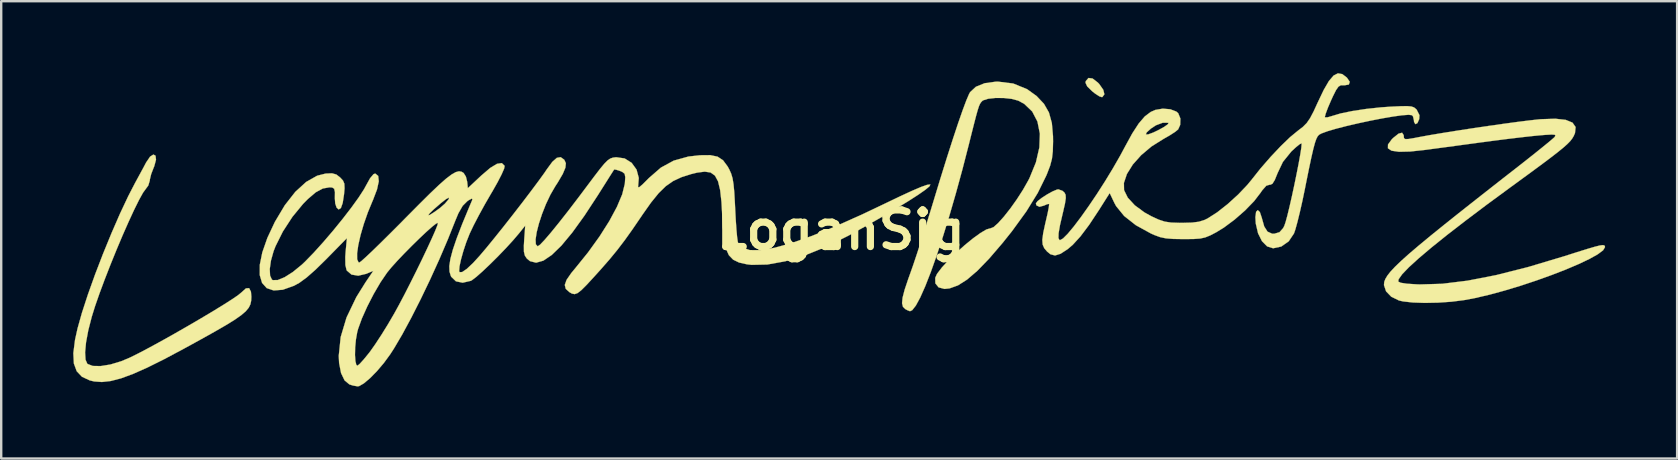
<source format=kicad_pcb>
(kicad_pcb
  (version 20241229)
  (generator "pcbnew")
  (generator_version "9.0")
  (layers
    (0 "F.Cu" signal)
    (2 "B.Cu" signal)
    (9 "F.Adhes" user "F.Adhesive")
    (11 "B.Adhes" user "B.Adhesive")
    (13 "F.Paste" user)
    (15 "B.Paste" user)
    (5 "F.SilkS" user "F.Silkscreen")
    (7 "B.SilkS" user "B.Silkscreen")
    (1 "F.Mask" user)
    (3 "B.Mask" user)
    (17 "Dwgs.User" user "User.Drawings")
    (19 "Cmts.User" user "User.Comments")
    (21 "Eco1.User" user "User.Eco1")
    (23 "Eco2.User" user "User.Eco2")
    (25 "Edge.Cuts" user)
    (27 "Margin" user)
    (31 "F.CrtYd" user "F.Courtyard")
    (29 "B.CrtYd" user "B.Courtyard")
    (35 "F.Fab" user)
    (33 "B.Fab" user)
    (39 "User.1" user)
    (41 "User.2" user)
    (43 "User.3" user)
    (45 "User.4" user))
  (footprint "LoganSig"
    (layer "F.Cu")
    (at 31.974 6.531)
    (property "Reference" "LoganSig" (at 0 0 0) (layer "F.SilkS") (effects (font (size 1.524 1.524) (thickness 0.3))))
    (attr through_hole)
    (fp_poly (pts (xy 10.49 -6.311) (xy 10.711 -6.14) (xy 10.769 -6.078) (xy 10.936 -5.84) (xy 10.982 -5.653) (xy 10.9 -5.541) (xy 10.88 -5.533) (xy 10.771 -5.568) (xy 10.589 -5.687) (xy 10.472 -5.78) (xy 10.266 -5.982) (xy 10.195 -6.134) (xy 10.206 -6.202) (xy 10.319 -6.333) (xy 10.49 -6.311)) (stroke (width 0.01) (type solid)) (fill yes) (layer "F.SilkS"))
    (fp_poly (pts (xy -28.545 -3.096) (xy -28.525 -2.929) (xy -28.597 -2.659) (xy -28.629 -2.582) (xy -28.727 -2.327) (xy -28.781 -2.104) (xy -28.785 -2.056) (xy -28.846 -1.854) (xy -28.946 -1.718) (xy -29.065 -1.555) (xy -29.231 -1.256) (xy -29.435 -0.845) (xy -29.666 -0.345) (xy -29.915 0.219) (xy -30.17 0.823) (xy -30.423 1.446) (xy -30.663 2.061) (xy -30.881 2.647) (xy -31.066 3.179) (xy -31.202 3.616) (xy -31.347 4.18) (xy -31.44 4.682) (xy -31.479 5.097) (xy -31.461 5.403) (xy -31.385 5.575) (xy -31.38 5.579) (xy -31.161 5.663) (xy -30.831 5.669) (xy -30.425 5.603) (xy -29.977 5.468) (xy -29.621 5.319) (xy -29.252 5.136) (xy -28.804 4.9) (xy -28.3 4.625) (xy -27.763 4.324) (xy -27.215 4.01) (xy -26.679 3.697) (xy -26.177 3.398) (xy -25.733 3.126) (xy -25.369 2.894) (xy -25.107 2.716) (xy -24.971 2.604) (xy -24.968 2.602) (xy -24.78 2.432) (xy -24.646 2.422) (xy -24.57 2.57) (xy -24.553 2.78) (xy -24.561 2.947) (xy -24.593 3.096) (xy -24.663 3.238) (xy -24.786 3.386) (xy -24.975 3.548) (xy -25.244 3.737) (xy -25.608 3.962) (xy -26.081 4.235) (xy -26.676 4.567) (xy -27.347 4.935) (xy -28.176 5.377) (xy -28.881 5.728) (xy -29.479 5.994) (xy -29.984 6.18) (xy -30.412 6.291) (xy -30.779 6.332) (xy -31.102 6.309) (xy -31.289 6.264) (xy -31.61 6.114) (xy -31.828 5.884) (xy -31.947 5.561) (xy -31.969 5.13) (xy -31.899 4.578) (xy -31.793 4.098) (xy -31.61 3.447) (xy -31.362 2.687) (xy -31.064 1.854) (xy -30.731 0.989) (xy -30.379 0.131) (xy -30.024 -0.684) (xy -29.68 -1.414) (xy -29.404 -1.947) (xy -29.227 -2.273) (xy -29.056 -2.588) (xy -28.936 -2.815) (xy -28.772 -3.056) (xy -28.634 -3.144) (xy -28.545 -3.096)) (stroke (width 0.01) (type solid)) (fill yes) (layer "F.SilkS"))
    (fp_poly (pts (xy 7.184 -6.102) (xy 7.762 -5.866) (xy 8.159 -5.58) (xy 8.465 -5.256) (xy 8.672 -4.894) (xy 8.793 -4.457) (xy 8.841 -3.908) (xy 8.844 -3.683) (xy 8.833 -3.276) (xy 8.797 -2.965) (xy 8.721 -2.676) (xy 8.59 -2.335) (xy 8.559 -2.261) (xy 8.206 -1.545) (xy 7.735 -0.781) (xy 7.135 0.046) (xy 6.732 0.55) (xy 6.179 1.194) (xy 5.693 1.696) (xy 5.264 2.064) (xy 4.882 2.307) (xy 4.534 2.432) (xy 4.32 2.455) (xy 4.075 2.39) (xy 3.94 2.222) (xy 3.935 1.991) (xy 4.01 1.827) (xy 4.213 1.56) (xy 4.492 1.257) (xy 4.819 0.938) (xy 5.166 0.629) (xy 5.508 0.35) (xy 5.817 0.126) (xy 6.067 -0.022) (xy 6.23 -0.069) (xy 6.237 -0.068) (xy 6.367 -0.121) (xy 6.561 -0.295) (xy 6.801 -0.563) (xy 7.067 -0.901) (xy 7.337 -1.281) (xy 7.593 -1.679) (xy 7.814 -2.069) (xy 7.862 -2.163) (xy 8.13 -2.819) (xy 8.273 -3.441) (xy 8.294 -4.013) (xy 8.193 -4.516) (xy 7.975 -4.936) (xy 7.641 -5.255) (xy 7.391 -5.389) (xy 7.122 -5.462) (xy 6.788 -5.499) (xy 6.442 -5.5) (xy 6.138 -5.467) (xy 5.929 -5.4) (xy 5.893 -5.373) (xy 5.843 -5.319) (xy 5.8 -5.254) (xy 5.756 -5.153) (xy 5.704 -4.994) (xy 5.637 -4.755) (xy 5.548 -4.411) (xy 5.429 -3.941) (xy 5.333 -3.556) (xy 5.066 -2.518) (xy 4.794 -1.525) (xy 4.523 -0.589) (xy 4.255 0.278) (xy 3.995 1.064) (xy 3.749 1.756) (xy 3.519 2.342) (xy 3.311 2.81) (xy 3.129 3.147) (xy 2.977 3.34) (xy 2.884 3.384) (xy 2.78 3.344) (xy 2.688 3.295) (xy 2.591 3.201) (xy 2.553 3.05) (xy 2.575 2.819) (xy 2.661 2.486) (xy 2.814 2.03) (xy 2.886 1.831) (xy 3.011 1.477) (xy 3.172 0.997) (xy 3.356 0.428) (xy 3.553 -0.193) (xy 3.75 -0.83) (xy 3.858 -1.185) (xy 4.148 -2.138) (xy 4.419 -3.007) (xy 4.667 -3.78) (xy 4.887 -4.444) (xy 5.077 -4.988) (xy 5.231 -5.4) (xy 5.345 -5.666) (xy 5.388 -5.743) (xy 5.629 -5.967) (xy 5.997 -6.116) (xy 6.461 -6.179) (xy 6.544 -6.181) (xy 7.184 -6.102)) (stroke (width 0.01) (type solid)) (fill yes) (layer "F.SilkS"))
    (fp_poly (pts (xy 30.202 -4.587) (xy 30.483 -4.472) (xy 30.611 -4.289) (xy 30.586 -4.038) (xy 30.532 -3.914) (xy 30.472 -3.813) (xy 30.389 -3.705) (xy 30.268 -3.581) (xy 30.095 -3.427) (xy 29.856 -3.233) (xy 29.537 -2.987) (xy 29.124 -2.678) (xy 28.602 -2.294) (xy 27.958 -1.824) (xy 27.901 -1.783) (xy 26.912 -1.056) (xy 26.031 -0.392) (xy 25.26 0.204) (xy 24.606 0.73) (xy 24.073 1.181) (xy 23.664 1.554) (xy 23.385 1.845) (xy 23.24 2.05) (xy 23.222 2.146) (xy 23.325 2.198) (xy 23.587 2.238) (xy 24.001 2.264) (xy 24.125 2.268) (xy 25.05 2.241) (xy 26.109 2.111) (xy 27.302 1.879) (xy 28.629 1.544) (xy 30.09 1.107) (xy 30.099 1.105) (xy 30.67 0.923) (xy 31.1 0.789) (xy 31.409 0.698) (xy 31.617 0.646) (xy 31.743 0.629) (xy 31.808 0.642) (xy 31.832 0.68) (xy 31.835 0.716) (xy 31.756 0.846) (xy 31.534 1.012) (xy 31.189 1.205) (xy 30.741 1.418) (xy 30.21 1.644) (xy 29.617 1.874) (xy 28.982 2.102) (xy 28.326 2.32) (xy 27.668 2.519) (xy 27.028 2.693) (xy 26.428 2.834) (xy 25.959 2.922) (xy 25.438 2.988) (xy 24.88 3.026) (xy 24.328 3.037) (xy 23.829 3.02) (xy 23.425 2.975) (xy 23.25 2.935) (xy 22.933 2.781) (xy 22.716 2.556) (xy 22.628 2.295) (xy 22.64 2.161) (xy 22.686 2.04) (xy 22.77 1.9) (xy 22.902 1.732) (xy 23.09 1.531) (xy 23.342 1.289) (xy 23.666 0.998) (xy 24.072 0.652) (xy 24.566 0.243) (xy 25.158 -0.236) (xy 25.856 -0.792) (xy 26.668 -1.432) (xy 27.602 -2.164) (xy 28.127 -2.573) (xy 28.567 -2.918) (xy 28.966 -3.235) (xy 29.303 -3.506) (xy 29.557 -3.715) (xy 29.707 -3.845) (xy 29.736 -3.873) (xy 29.772 -3.936) (xy 29.735 -3.969) (xy 29.598 -3.976) (xy 29.334 -3.961) (xy 29.125 -3.944) (xy 28.799 -3.912) (xy 28.35 -3.862) (xy 27.823 -3.799) (xy 27.261 -3.728) (xy 26.839 -3.672) (xy 26.259 -3.594) (xy 25.658 -3.513) (xy 25.088 -3.436) (xy 24.6 -3.371) (xy 24.342 -3.336) (xy 23.718 -3.269) (xy 23.252 -3.258) (xy 22.944 -3.303) (xy 22.793 -3.404) (xy 22.796 -3.562) (xy 22.953 -3.777) (xy 23.013 -3.836) (xy 23.236 -4.014) (xy 23.384 -4.052) (xy 23.45 -3.95) (xy 23.453 -3.905) (xy 23.462 -3.825) (xy 23.515 -3.788) (xy 23.645 -3.79) (xy 23.889 -3.831) (xy 24.067 -3.866) (xy 24.486 -3.943) (xy 25.019 -4.033) (xy 25.63 -4.131) (xy 26.287 -4.232) (xy 26.956 -4.331) (xy 27.603 -4.423) (xy 28.195 -4.503) (xy 28.699 -4.566) (xy 29.081 -4.608) (xy 29.178 -4.616) (xy 29.768 -4.635) (xy 30.202 -4.587)) (stroke (width 0.01) (type solid)) (fill yes) (layer "F.SilkS"))
    (fp_poly (pts (xy 20.893 -6.494) (xy 21.085 -6.347) (xy 21.203 -6.173) (xy 21.166 -6.06) (xy 20.984 -6.027) (xy 20.937 -6.03) (xy 20.825 -6.027) (xy 20.731 -5.969) (xy 20.632 -5.828) (xy 20.504 -5.573) (xy 20.423 -5.396) (xy 20.293 -5.094) (xy 20.203 -4.853) (xy 20.166 -4.714) (xy 20.169 -4.695) (xy 20.269 -4.692) (xy 20.452 -4.744) (xy 20.456 -4.746) (xy 20.821 -4.855) (xy 21.312 -4.956) (xy 21.886 -5.043) (xy 22.501 -5.109) (xy 22.902 -5.137) (xy 23.314 -5.156) (xy 23.591 -5.161) (xy 23.769 -5.145) (xy 23.882 -5.106) (xy 23.965 -5.039) (xy 23.992 -5.01) (xy 24.107 -4.783) (xy 24.096 -4.618) (xy 24.021 -4.451) (xy 23.936 -4.409) (xy 23.881 -4.502) (xy 23.876 -4.567) (xy 23.839 -4.728) (xy 23.794 -4.782) (xy 23.656 -4.799) (xy 23.383 -4.779) (xy 23.008 -4.727) (xy 22.559 -4.65) (xy 22.068 -4.555) (xy 21.564 -4.447) (xy 21.077 -4.334) (xy 20.637 -4.221) (xy 20.275 -4.114) (xy 20.021 -4.021) (xy 19.922 -3.965) (xy 19.866 -3.902) (xy 19.811 -3.797) (xy 19.753 -3.63) (xy 19.686 -3.382) (xy 19.605 -3.032) (xy 19.505 -2.561) (xy 19.381 -1.95) (xy 19.339 -1.736) (xy 19.232 -1.221) (xy 19.123 -0.74) (xy 19.021 -0.326) (xy 18.935 -0.015) (xy 18.881 0.142) (xy 18.66 0.472) (xy 18.352 0.688) (xy 18.011 0.762) (xy 17.761 0.683) (xy 17.546 0.465) (xy 17.383 0.138) (xy 17.288 -0.268) (xy 17.272 -0.536) (xy 17.301 -0.758) (xy 17.372 -0.828) (xy 17.459 -0.746) (xy 17.536 -0.517) (xy 17.537 -0.512) (xy 17.64 -0.147) (xy 17.777 0.068) (xy 17.964 0.152) (xy 18.072 0.152) (xy 18.277 0.091) (xy 18.425 -0.075) (xy 18.475 -0.169) (xy 18.529 -0.326) (xy 18.605 -0.605) (xy 18.695 -0.975) (xy 18.793 -1.406) (xy 18.893 -1.869) (xy 18.988 -2.332) (xy 19.073 -2.765) (xy 19.14 -3.138) (xy 19.185 -3.421) (xy 19.199 -3.584) (xy 19.194 -3.61) (xy 19.119 -3.575) (xy 18.961 -3.448) (xy 18.773 -3.275) (xy 18.419 -2.838) (xy 18.199 -2.376) (xy 18.079 -2.081) (xy 17.981 -1.925) (xy 17.888 -1.883) (xy 17.865 -1.887) (xy 17.724 -1.843) (xy 17.548 -1.642) (xy 17.491 -1.556) (xy 17.218 -1.201) (xy 16.841 -0.813) (xy 16.404 -0.431) (xy 15.956 -0.098) (xy 15.644 0.093) (xy 15.389 0.226) (xy 15.181 0.31) (xy 14.968 0.356) (xy 14.697 0.375) (xy 14.314 0.379) (xy 14.266 0.379) (xy 13.849 0.372) (xy 13.546 0.348) (xy 13.302 0.297) (xy 13.062 0.209) (xy 12.919 0.145) (xy 12.293 -0.199) (xy 11.805 -0.583) (xy 11.47 -0.995) (xy 11.398 -1.128) (xy 11.203 -1.539) (xy 10.756 -0.833) (xy 10.345 -0.212) (xy 9.984 0.267) (xy 9.663 0.618) (xy 9.456 0.795) (xy 9.155 0.991) (xy 8.926 1.062) (xy 8.734 1.011) (xy 8.595 0.898) (xy 8.476 0.758) (xy 8.41 0.607) (xy 8.396 0.409) (xy 8.433 0.128) (xy 8.519 -0.271) (xy 8.545 -0.381) (xy 8.617 -0.695) (xy 8.665 -0.94) (xy 8.681 -1.073) (xy 8.679 -1.086) (xy 8.592 -1.073) (xy 8.472 -1.019) (xy 8.279 -0.966) (xy 8.152 -1.024) (xy 8.128 -1.108) (xy 8.196 -1.2) (xy 8.368 -1.334) (xy 8.593 -1.48) (xy 8.823 -1.607) (xy 9.008 -1.684) (xy 9.066 -1.693) (xy 9.235 -1.633) (xy 9.318 -1.56) (xy 9.366 -1.468) (xy 9.374 -1.327) (xy 9.34 -1.101) (xy 9.261 -0.754) (xy 9.244 -0.684) (xy 9.132 -0.202) (xy 9.074 0.134) (xy 9.068 0.337) (xy 9.113 0.42) (xy 9.133 0.423) (xy 9.259 0.353) (xy 9.456 0.156) (xy 9.709 -0.148) (xy 10.005 -0.539) (xy 10.33 -0.997) (xy 10.671 -1.502) (xy 11.012 -2.034) (xy 11.34 -2.574) (xy 11.642 -3.1) (xy 11.841 -3.471) (xy 12.122 -3.984) (xy 12.707 -3.984) (xy 12.802 -3.981) (xy 13.02 -4.061) (xy 13.229 -4.161) (xy 13.473 -4.296) (xy 13.624 -4.404) (xy 13.655 -4.463) (xy 13.649 -4.466) (xy 13.416 -4.469) (xy 13.131 -4.363) (xy 12.925 -4.229) (xy 12.745 -4.067) (xy 12.707 -3.984) (xy 12.122 -3.984) (xy 12.145 -4.026) (xy 12.413 -4.438) (xy 12.663 -4.729) (xy 12.91 -4.917) (xy 13.102 -5.002) (xy 13.413 -5.055) (xy 13.727 -5.029) (xy 13.978 -4.934) (xy 14.057 -4.866) (xy 14.148 -4.644) (xy 14.14 -4.38) (xy 14.054 -4.19) (xy 13.927 -4.086) (xy 13.699 -3.939) (xy 13.441 -3.792) (xy 12.944 -3.48) (xy 12.513 -3.117) (xy 12.165 -2.727) (xy 11.92 -2.334) (xy 11.795 -1.962) (xy 11.801 -1.66) (xy 11.955 -1.348) (xy 12.248 -1.029) (xy 12.65 -0.733) (xy 12.938 -0.573) (xy 13.244 -0.432) (xy 13.496 -0.349) (xy 13.763 -0.309) (xy 14.114 -0.298) (xy 14.222 -0.297) (xy 14.628 -0.308) (xy 14.919 -0.345) (xy 15.15 -0.417) (xy 15.282 -0.481) (xy 15.679 -0.735) (xy 16.121 -1.083) (xy 16.558 -1.481) (xy 16.94 -1.883) (xy 17.102 -2.08) (xy 17.49 -2.568) (xy 17.91 -3.05) (xy 18.329 -3.494) (xy 18.716 -3.867) (xy 19.041 -4.134) (xy 19.051 -4.142) (xy 19.254 -4.298) (xy 19.411 -4.457) (xy 19.55 -4.659) (xy 19.699 -4.942) (xy 19.867 -5.308) (xy 20.118 -5.834) (xy 20.334 -6.206) (xy 20.528 -6.433) (xy 20.71 -6.526) (xy 20.893 -6.494)) (stroke (width 0.01) (type solid)) (fill yes) (layer "F.SilkS"))
    (fp_poly (pts (xy -5.131 -3.055) (xy -4.904 -2.905) (xy -4.713 -2.648) (xy -4.642 -2.518) (xy -4.566 -2.349) (xy -4.509 -2.158) (xy -4.468 -1.911) (xy -4.436 -1.575) (xy -4.41 -1.117) (xy -4.399 -0.889) (xy -4.375 -0.432) (xy -4.347 -0.027) (xy -4.318 0.292) (xy -4.29 0.491) (xy -4.278 0.532) (xy -4.101 0.734) (xy -3.789 0.837) (xy -3.341 0.839) (xy -2.76 0.741) (xy -2.046 0.544) (xy -1.2 0.246) (xy -0.222 -0.15) (xy 0.886 -0.646) (xy 1.8 -1.081) (xy 2.457 -1.396) (xy 2.97 -1.633) (xy 3.348 -1.794) (xy 3.595 -1.881) (xy 3.719 -1.897) (xy 3.731 -1.891) (xy 3.694 -1.818) (xy 3.521 -1.674) (xy 3.226 -1.468) (xy 2.824 -1.209) (xy 2.328 -0.906) (xy 1.752 -0.567) (xy 1.111 -0.201) (xy 0.418 0.182) (xy 0.315 0.238) (xy -0.611 0.7) (xy -1.493 1.057) (xy -2.315 1.304) (xy -3.06 1.438) (xy -3.712 1.452) (xy -3.912 1.429) (xy -4.236 1.356) (xy -4.482 1.237) (xy -4.661 1.051) (xy -4.786 0.775) (xy -4.866 0.388) (xy -4.915 -0.134) (xy -4.934 -0.508) (xy -4.969 -1.163) (xy -5.025 -1.664) (xy -5.112 -2.026) (xy -5.241 -2.265) (xy -5.422 -2.395) (xy -5.666 -2.431) (xy -5.984 -2.39) (xy -6.225 -2.331) (xy -6.635 -2.201) (xy -6.979 -2.041) (xy -7.287 -1.827) (xy -7.586 -1.535) (xy -7.905 -1.142) (xy -8.271 -0.623) (xy -8.297 -0.583) (xy -8.676 -0.028) (xy -9.001 0.427) (xy -9.307 0.828) (xy -9.627 1.218) (xy -9.998 1.642) (xy -10.273 1.946) (xy -10.581 2.281) (xy -10.803 2.503) (xy -10.963 2.628) (xy -11.087 2.672) (xy -11.199 2.649) (xy -11.308 2.587) (xy -11.457 2.45) (xy -11.497 2.289) (xy -11.423 2.079) (xy -11.229 1.797) (xy -11.07 1.605) (xy -10.528 0.934) (xy -10.048 0.268) (xy -9.642 -0.372) (xy -9.324 -0.964) (xy -9.104 -1.486) (xy -8.997 -1.918) (xy -8.993 -1.954) (xy -8.977 -2.204) (xy -9.004 -2.341) (xy -9.096 -2.417) (xy -9.187 -2.456) (xy -9.359 -2.512) (xy -9.44 -2.521) (xy -9.489 -2.445) (xy -9.612 -2.252) (xy -9.792 -1.966) (xy -10.014 -1.615) (xy -10.118 -1.45) (xy -10.68 -0.593) (xy -11.186 0.107) (xy -11.638 0.651) (xy -12.039 1.04) (xy -12.389 1.277) (xy -12.691 1.362) (xy -12.946 1.298) (xy -13.079 1.187) (xy -13.16 1.066) (xy -13.199 0.902) (xy -13.201 0.647) (xy -13.188 0.419) (xy -13.145 -0.182) (xy -13.405 0.142) (xy -13.65 0.429) (xy -13.95 0.757) (xy -14.28 1.1) (xy -14.613 1.43) (xy -14.922 1.723) (xy -15.182 1.953) (xy -15.365 2.092) (xy -15.41 2.117) (xy -15.75 2.196) (xy -16.031 2.138) (xy -16.226 1.95) (xy -16.244 1.916) (xy -16.299 1.734) (xy -16.307 1.502) (xy -16.262 1.204) (xy -16.161 0.824) (xy -15.999 0.347) (xy -15.772 -0.244) (xy -15.474 -0.964) (xy -15.346 -1.266) (xy -15.363 -1.311) (xy -15.495 -1.243) (xy -15.556 -1.201) (xy -15.75 -1.007) (xy -15.928 -0.697) (xy -16.052 -0.401) (xy -16.367 0.388) (xy -16.723 1.22) (xy -17.107 2.064) (xy -17.503 2.889) (xy -17.896 3.663) (xy -18.27 4.355) (xy -18.611 4.934) (xy -18.765 5.173) (xy -19.032 5.538) (xy -19.322 5.88) (xy -19.609 6.172) (xy -19.865 6.388) (xy -20.063 6.503) (xy -20.126 6.514) (xy -20.326 6.478) (xy -20.472 6.431) (xy -20.671 6.264) (xy -20.817 5.959) (xy -20.898 5.543) (xy -20.913 5.243) (xy -20.909 5.207) (xy -20.236 5.207) (xy -20.219 5.463) (xy -20.179 5.622) (xy -20.131 5.652) (xy -20.035 5.572) (xy -19.87 5.39) (xy -19.666 5.14) (xy -19.602 5.057) (xy -19.393 4.761) (xy -19.135 4.367) (xy -18.862 3.926) (xy -18.606 3.489) (xy -18.601 3.48) (xy -18.4 3.114) (xy -18.172 2.682) (xy -17.93 2.207) (xy -17.684 1.715) (xy -17.446 1.228) (xy -17.228 0.769) (xy -17.041 0.364) (xy -16.896 0.036) (xy -16.805 -0.192) (xy -16.779 -0.296) (xy -16.781 -0.299) (xy -16.859 -0.265) (xy -17.03 -0.13) (xy -17.271 0.085) (xy -17.558 0.356) (xy -17.87 0.661) (xy -18.183 0.978) (xy -18.475 1.285) (xy -18.722 1.559) (xy -18.897 1.773) (xy -19.174 2.179) (xy -19.458 2.666) (xy -19.725 3.185) (xy -19.949 3.685) (xy -20.106 4.118) (xy -20.142 4.25) (xy -20.197 4.561) (xy -20.229 4.893) (xy -20.236 5.207) (xy -20.909 5.207) (xy -20.832 4.459) (xy -20.588 3.644) (xy -20.181 2.796) (xy -19.8 2.184) (xy -19.473 1.702) (xy -19.77 1.826) (xy -20.101 1.904) (xy -20.382 1.857) (xy -20.575 1.691) (xy -20.587 1.669) (xy -20.636 1.462) (xy -20.641 1.125) (xy -20.627 0.917) (xy -20.573 0.339) (xy -21.441 1.223) (xy -21.885 1.658) (xy -22.248 1.977) (xy -22.553 2.2) (xy -22.775 2.322) (xy -23.244 2.489) (xy -23.624 2.518) (xy -23.913 2.421) (xy -24.107 2.204) (xy -24.204 1.878) (xy -24.202 1.451) (xy -24.097 0.932) (xy -23.887 0.331) (xy -23.573 -0.339) (xy -23.159 -1.032) (xy -22.722 -1.59) (xy -22.27 -2.002) (xy -21.813 -2.261) (xy -21.461 -2.35) (xy -21.194 -2.362) (xy -21.012 -2.311) (xy -20.858 -2.192) (xy -20.737 -2.063) (xy -20.68 -1.931) (xy -20.671 -1.737) (xy -20.693 -1.485) (xy -20.748 -1.126) (xy -20.824 -0.913) (xy -20.916 -0.855) (xy -21.002 -0.932) (xy -21.06 -1.106) (xy -21.075 -1.312) (xy -21.072 -1.579) (xy -21.103 -1.719) (xy -21.188 -1.771) (xy -21.298 -1.778) (xy -21.575 -1.729) (xy -21.868 -1.572) (xy -22.201 -1.289) (xy -22.399 -1.088) (xy -22.843 -0.548) (xy -23.24 0.062) (xy -23.547 0.677) (xy -23.629 0.888) (xy -23.738 1.278) (xy -23.787 1.627) (xy -23.773 1.901) (xy -23.697 2.065) (xy -23.66 2.088) (xy -23.454 2.085) (xy -23.167 1.967) (xy -22.825 1.75) (xy -22.455 1.448) (xy -22.315 1.316) (xy -21.953 0.944) (xy -21.556 0.504) (xy -21.146 0.025) (xy -20.749 -0.464) (xy -20.386 -0.934) (xy -20.083 -1.354) (xy -19.861 -1.697) (xy -19.788 -1.831) (xy -19.607 -2.157) (xy -19.463 -2.327) (xy -19.39 -2.351) (xy -19.269 -2.252) (xy -19.245 -2.027) (xy -19.319 -1.688) (xy -19.488 -1.245) (xy -19.505 -1.208) (xy -19.702 -0.731) (xy -19.87 -0.249) (xy -20.005 0.212) (xy -20.099 0.628) (xy -20.148 0.972) (xy -20.147 1.219) (xy -20.09 1.344) (xy -20.054 1.355) (xy -19.972 1.296) (xy -19.788 1.131) (xy -19.516 0.875) (xy -19.172 0.54) (xy -18.771 0.143) (xy -18.327 -0.301) (xy -18.128 -0.504) (xy -18.022 -0.61) (xy -17.184 -0.61) (xy -17.114 -0.631) (xy -16.92 -0.755) (xy -16.696 -0.917) (xy -16.492 -1.096) (xy -16.342 -1.271) (xy -16.324 -1.302) (xy -16.326 -1.351) (xy -16.44 -1.289) (xy -16.655 -1.121) (xy -16.666 -1.112) (xy -16.959 -0.857) (xy -17.133 -0.688) (xy -17.184 -0.61) (xy -18.022 -0.61) (xy -17.564 -1.072) (xy -17.104 -1.528) (xy -16.735 -1.879) (xy -16.443 -2.137) (xy -16.215 -2.31) (xy -16.04 -2.41) (xy -15.904 -2.446) (xy -15.794 -2.427) (xy -15.709 -2.374) (xy -15.615 -2.222) (xy -15.562 -2.008) (xy -15.536 -1.742) (xy -14.975 -2.268) (xy -14.604 -2.585) (xy -14.319 -2.758) (xy -14.119 -2.787) (xy -14.003 -2.673) (xy -14.001 -2.669) (xy -14.025 -2.552) (xy -14.127 -2.319) (xy -14.292 -1.998) (xy -14.508 -1.616) (xy -14.569 -1.514) (xy -14.825 -1.072) (xy -15.076 -0.614) (xy -15.296 -0.191) (xy -15.456 0.145) (xy -15.465 0.166) (xy -15.602 0.513) (xy -15.723 0.879) (xy -15.82 1.225) (xy -15.882 1.513) (xy -15.898 1.704) (xy -15.883 1.756) (xy -15.773 1.752) (xy -15.578 1.62) (xy -15.313 1.37) (xy -15.049 1.081) (xy -14.773 0.756) (xy -14.435 0.342) (xy -14.056 -0.131) (xy -13.66 -0.635) (xy -13.268 -1.141) (xy -12.904 -1.62) (xy -12.589 -2.042) (xy -12.346 -2.378) (xy -12.251 -2.519) (xy -12.017 -2.838) (xy -11.827 -3.007) (xy -11.667 -3.034) (xy -11.521 -2.929) (xy -11.516 -2.922) (xy -11.452 -2.784) (xy -11.471 -2.597) (xy -11.579 -2.339) (xy -11.786 -1.985) (xy -11.896 -1.816) (xy -12.095 -1.472) (xy -12.281 -1.081) (xy -12.443 -0.67) (xy -12.575 -0.269) (xy -12.668 0.095) (xy -12.713 0.393) (xy -12.703 0.596) (xy -12.629 0.677) (xy -12.621 0.677) (xy -12.525 0.61) (xy -12.341 0.417) (xy -12.077 0.11) (xy -11.744 -0.3) (xy -11.351 -0.8) (xy -10.908 -1.38) (xy -10.596 -1.796) (xy -10.272 -2.228) (xy -10.03 -2.544) (xy -9.85 -2.761) (xy -9.713 -2.899) (xy -9.6 -2.977) (xy -9.492 -3.014) (xy -9.369 -3.03) (xy -9.351 -3.031) (xy -9.002 -2.981) (xy -8.711 -2.798) (xy -8.507 -2.516) (xy -8.414 -2.169) (xy -8.438 -1.868) (xy -8.444 -1.782) (xy -8.391 -1.787) (xy -8.262 -1.895) (xy -8.04 -2.116) (xy -7.991 -2.166) (xy -7.494 -2.598) (xy -6.958 -2.89) (xy -6.345 -3.06) (xy -5.862 -3.114) (xy -5.436 -3.118) (xy -5.131 -3.055)) (stroke (width 0.01) (type solid)) (fill yes) (layer "F.SilkS")))
  (gr_rect
    (start -3 -3)
    (end 66.814 16.05)
    (stroke (width 0.1) (type default))
    (fill no)
    (layer "Edge.Cuts")))
</source>
